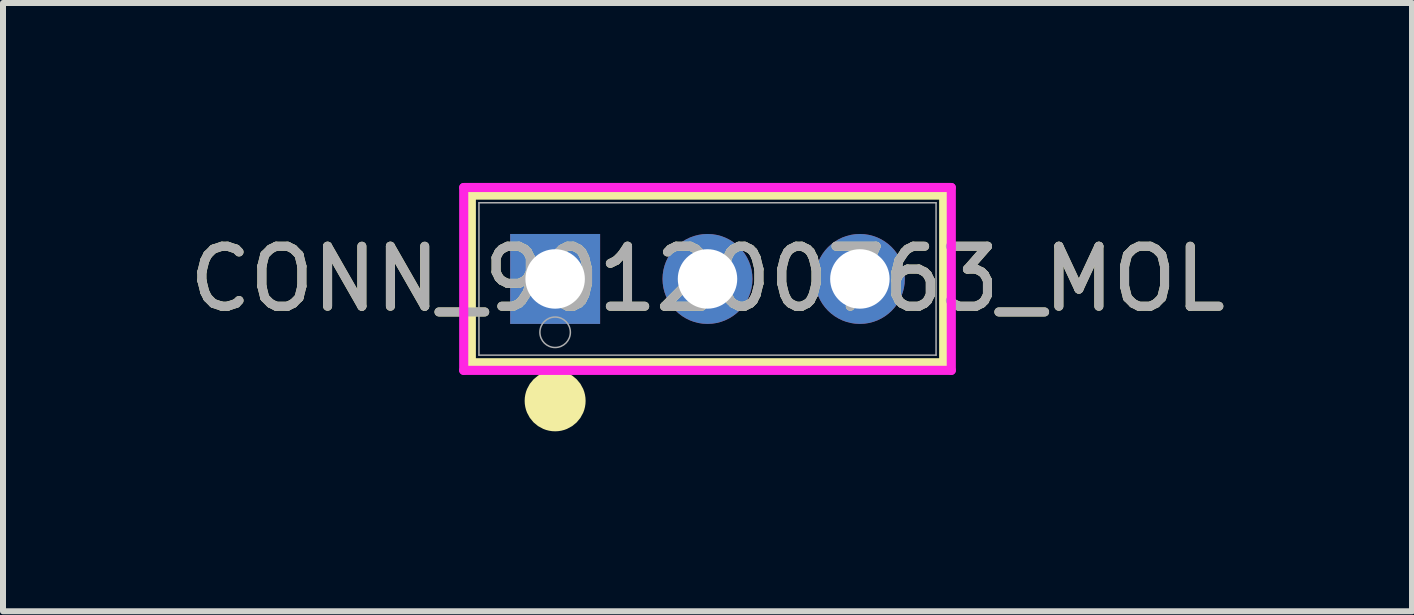
<source format=kicad_pcb>
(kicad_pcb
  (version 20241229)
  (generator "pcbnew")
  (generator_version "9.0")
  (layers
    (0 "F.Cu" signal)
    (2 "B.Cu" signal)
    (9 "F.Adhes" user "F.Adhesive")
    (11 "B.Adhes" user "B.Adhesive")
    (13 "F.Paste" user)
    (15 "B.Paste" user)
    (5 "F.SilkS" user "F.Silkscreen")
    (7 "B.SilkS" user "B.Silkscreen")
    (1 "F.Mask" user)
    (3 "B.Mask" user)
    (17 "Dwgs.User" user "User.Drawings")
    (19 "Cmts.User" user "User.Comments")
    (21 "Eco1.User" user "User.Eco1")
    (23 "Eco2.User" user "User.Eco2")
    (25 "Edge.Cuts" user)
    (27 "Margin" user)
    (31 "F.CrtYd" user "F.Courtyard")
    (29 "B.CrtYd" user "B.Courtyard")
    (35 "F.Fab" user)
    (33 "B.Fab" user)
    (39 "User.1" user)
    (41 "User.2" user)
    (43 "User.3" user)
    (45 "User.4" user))
  (footprint "CONN_901200763_MOL"
    (layer "F.Cu")
    (at 6.204 1.6)
    (property "Reference" "CONN_901200763_MOL" (at 2.54 0 0) (unlocked yes) (layer "F.SilkS") (effects (font (size 1 1) (thickness 0.15))))
    (attr through_hole)
    (fp_line (start -1.397 -1.397) (end -1.397 1.397) (stroke (width 0.152) (type solid)) (layer "F.SilkS"))
    (fp_line (start -1.397 1.397) (end 6.477 1.397) (stroke (width 0.152) (type solid)) (layer "F.SilkS"))
    (fp_line (start 6.477 -1.397) (end -1.397 -1.397) (stroke (width 0.152) (type solid)) (layer "F.SilkS"))
    (fp_line (start 6.477 1.397) (end 6.477 -1.397) (stroke (width 0.152) (type solid)) (layer "F.SilkS"))
    (fp_circle (center 0 2.032) (end 0.254 2.032) (stroke (width 0.508) (type solid)) (fill no) (layer "F.SilkS"))
    (fp_line (start -1.524 -1.524) (end -1.524 1.524) (stroke (width 0.152) (type solid)) (layer "F.CrtYd"))
    (fp_line (start -1.524 1.524) (end 6.604 1.524) (stroke (width 0.152) (type solid)) (layer "F.CrtYd"))
    (fp_line (start 6.604 -1.524) (end -1.524 -1.524) (stroke (width 0.152) (type solid)) (layer "F.CrtYd"))
    (fp_line (start 6.604 1.524) (end 6.604 -1.524) (stroke (width 0.152) (type solid)) (layer "F.CrtYd"))
    (fp_line (start -1.27 -1.27) (end -1.27 1.27) (stroke (width 0.025) (type solid)) (layer "F.Fab"))
    (fp_line (start -1.27 1.27) (end 6.35 1.27) (stroke (width 0.025) (type solid)) (layer "F.Fab"))
    (fp_line (start 6.35 -1.27) (end -1.27 -1.27) (stroke (width 0.025) (type solid)) (layer "F.Fab"))
    (fp_line (start 6.35 1.27) (end 6.35 -1.27) (stroke (width 0.025) (type solid)) (layer "F.Fab"))
    (fp_circle (center 0 0.889) (end 0.254 0.889) (stroke (width 0.025) (type solid)) (fill no) (layer "F.Fab"))
    (fp_text user "${REFERENCE}" (at 2.54 0 0) (unlocked yes) (layer "F.Fab") (effects (font (size 1 1) (thickness 0.15))))
    (pad "1" thru_hole rect (at 0 0) (size 1.499 1.499) (drill 0.991) (layers "*.Cu" "*.Mask"))
    (pad "2" thru_hole circle (at 2.54 0) (size 1.499 1.499) (drill 0.991) (layers "*.Cu" "*.Mask"))
    (pad "3" thru_hole circle (at 5.08 0) (size 1.499 1.499) (drill 0.991) (layers "*.Cu" "*.Mask")))
  (gr_rect
    (start -3 -3)
    (end 20.488 7.14)
    (stroke (width 0.1) (type default))
    (fill no)
    (layer "Edge.Cuts")))
</source>
